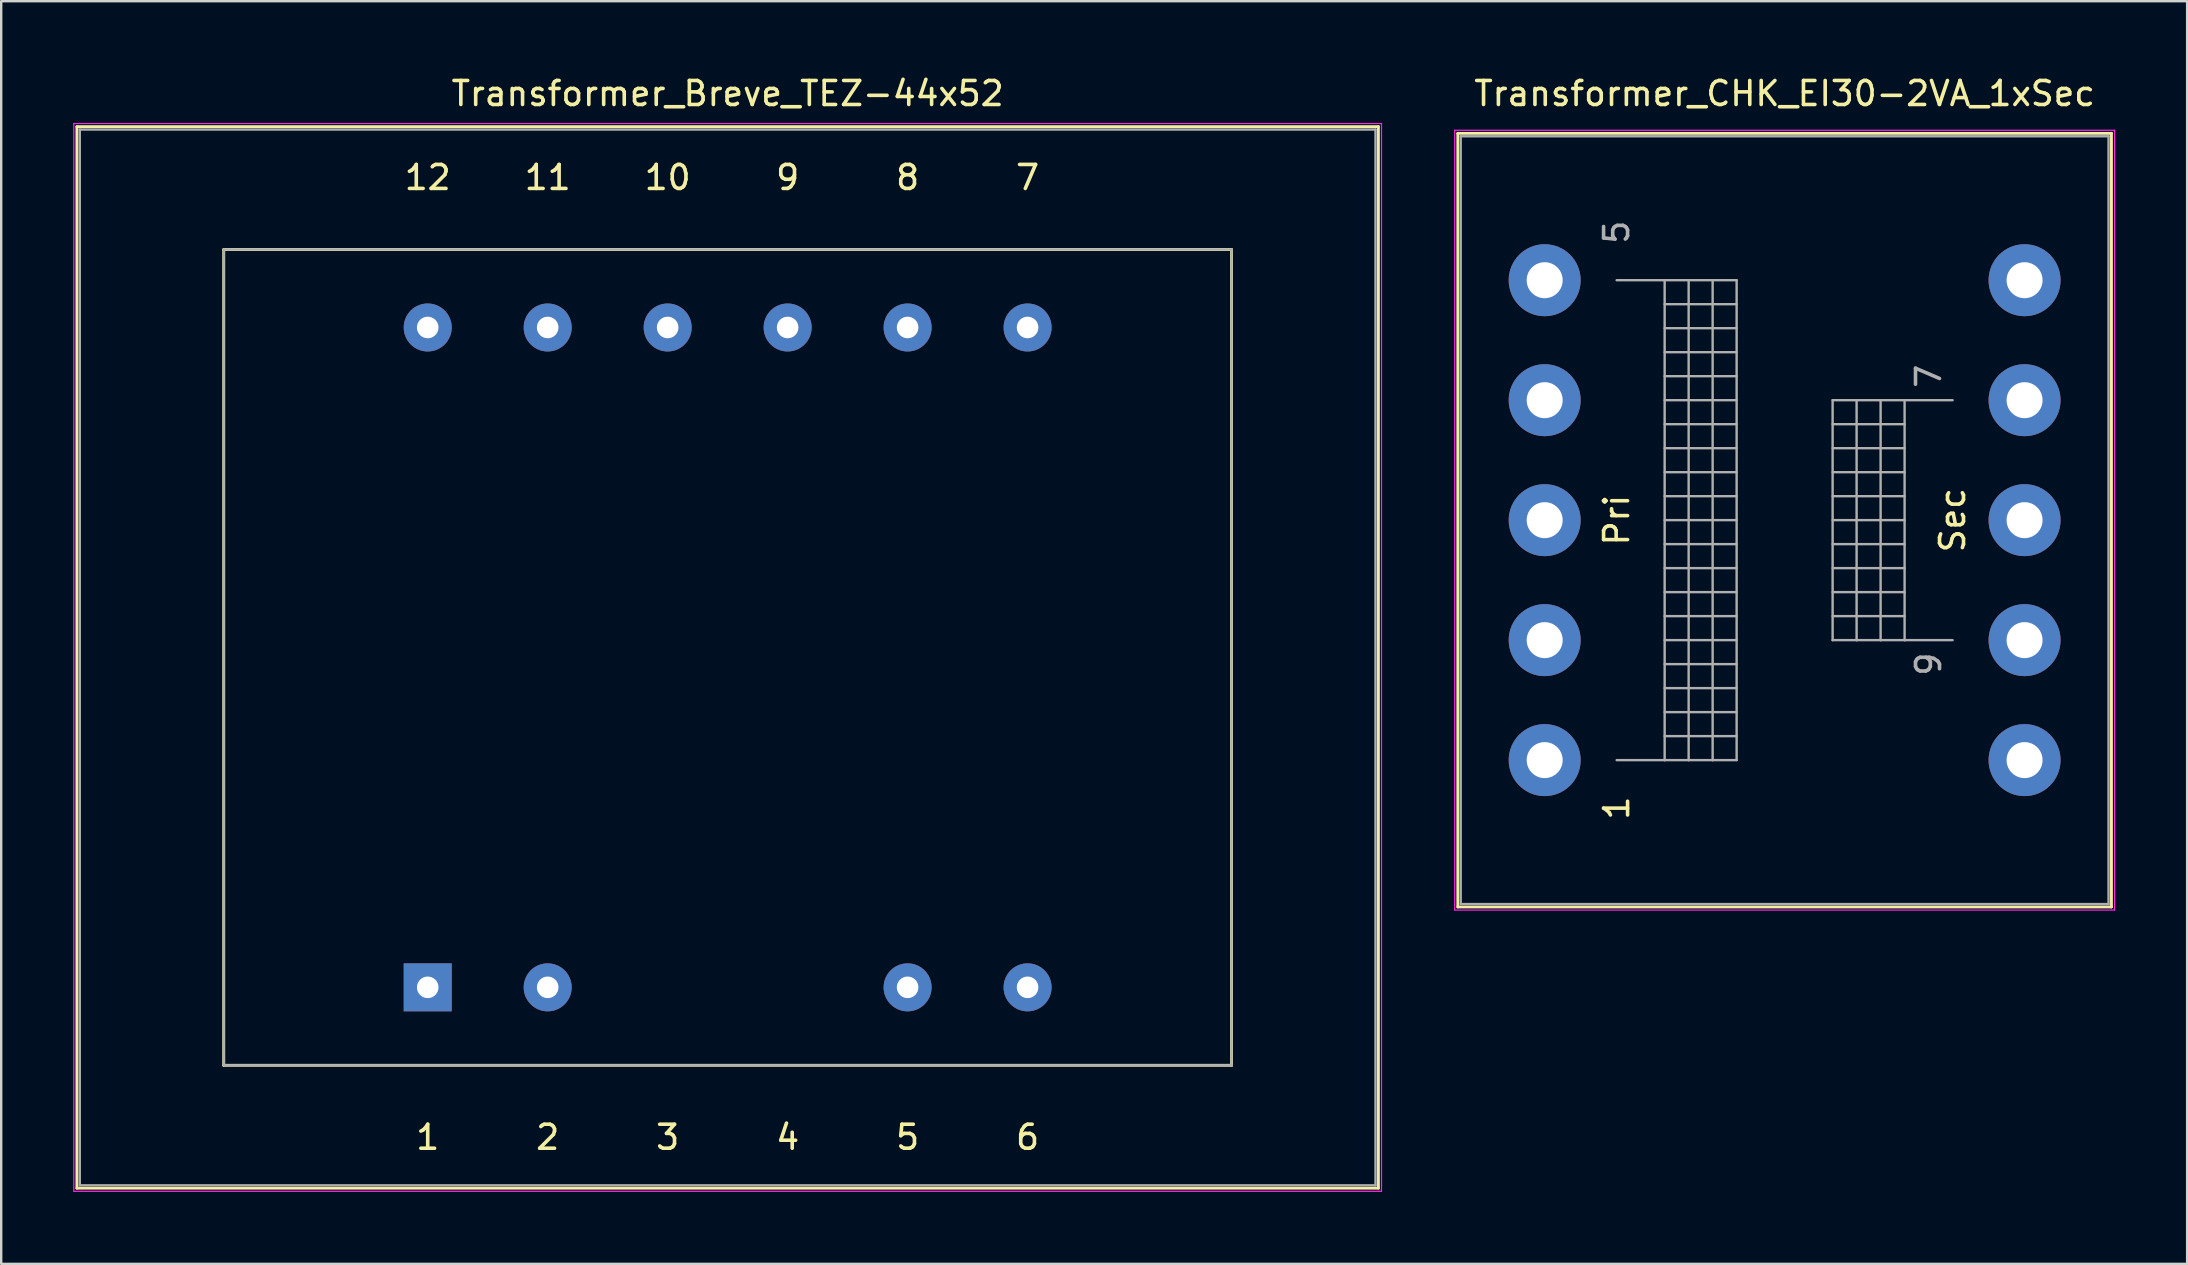
<source format=kicad_pcb>
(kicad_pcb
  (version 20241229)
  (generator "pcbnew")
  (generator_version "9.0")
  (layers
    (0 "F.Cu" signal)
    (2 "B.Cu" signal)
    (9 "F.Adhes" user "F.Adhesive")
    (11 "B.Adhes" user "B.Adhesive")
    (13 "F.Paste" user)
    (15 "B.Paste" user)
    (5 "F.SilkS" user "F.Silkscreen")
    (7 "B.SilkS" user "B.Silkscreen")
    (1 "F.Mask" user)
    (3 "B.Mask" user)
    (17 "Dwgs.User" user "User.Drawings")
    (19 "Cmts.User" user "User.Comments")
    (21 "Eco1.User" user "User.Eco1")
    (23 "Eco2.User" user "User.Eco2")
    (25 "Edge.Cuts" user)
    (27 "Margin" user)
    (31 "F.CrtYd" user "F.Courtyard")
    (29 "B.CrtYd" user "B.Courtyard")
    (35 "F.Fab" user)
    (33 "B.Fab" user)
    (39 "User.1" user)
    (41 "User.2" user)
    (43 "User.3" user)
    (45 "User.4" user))
  (footprint "Transformer_Breve_TEZ-44x52"
    (layer "F.Cu")
    (at 14.775 38.098)
    (property "Reference" "Transformer_Breve_TEZ-44x52" (at 12.5 -37.25 0) (layer "F.SilkS") (effects (font (size 1 1) (thickness 0.15))))
    (attr through_hole)
    (fp_line (start -14.62 -35.87) (end -14.62 8.37) (stroke (width 0.12) (type solid)) (layer "F.SilkS"))
    (fp_line (start -14.62 -35.87) (end 39.62 -35.87) (stroke (width 0.12) (type solid)) (layer "F.SilkS"))
    (fp_line (start -8.5 -30.75) (end 33.5 -30.75) (stroke (width 0.12) (type solid)) (layer "F.SilkS"))
    (fp_line (start -8.5 3.25) (end -8.5 -30.75) (stroke (width 0.12) (type solid)) (layer "F.SilkS"))
    (fp_line (start 33.5 -30.75) (end 33.5 3.25) (stroke (width 0.12) (type solid)) (layer "F.SilkS"))
    (fp_line (start 33.5 3.25) (end -8.5 3.25) (stroke (width 0.12) (type solid)) (layer "F.SilkS"))
    (fp_line (start 39.62 8.37) (end -14.62 8.37) (stroke (width 0.12) (type solid)) (layer "F.SilkS"))
    (fp_line (start 39.62 8.37) (end 39.62 -35.87) (stroke (width 0.12) (type solid)) (layer "F.SilkS"))
    (fp_line (start -14.75 -36) (end -14.75 8.5) (stroke (width 0.05) (type solid)) (layer "F.CrtYd"))
    (fp_line (start -14.75 -36) (end 39.75 -36) (stroke (width 0.05) (type solid)) (layer "F.CrtYd"))
    (fp_line (start 39.75 8.5) (end -14.75 8.5) (stroke (width 0.05) (type solid)) (layer "F.CrtYd"))
    (fp_line (start 39.75 8.5) (end 39.75 -36) (stroke (width 0.05) (type solid)) (layer "F.CrtYd"))
    (fp_line (start -14.5 -35.75) (end 39.5 -35.75) (stroke (width 0.1) (type solid)) (layer "F.Fab"))
    (fp_line (start -14.5 8.25) (end -14.5 -35.75) (stroke (width 0.1) (type solid)) (layer "F.Fab"))
    (fp_line (start -8.5 -30.75) (end 33.5 -30.75) (stroke (width 0.1) (type solid)) (layer "F.Fab"))
    (fp_line (start -8.5 3.25) (end -8.5 -30.75) (stroke (width 0.1) (type solid)) (layer "F.Fab"))
    (fp_line (start 33.5 -30.75) (end 33.5 3.25) (stroke (width 0.1) (type solid)) (layer "F.Fab"))
    (fp_line (start 33.5 3.25) (end -8.5 3.25) (stroke (width 0.1) (type solid)) (layer "F.Fab"))
    (fp_line (start 39.5 -35.75) (end 39.5 8.25) (stroke (width 0.1) (type solid)) (layer "F.Fab"))
    (fp_line (start 39.5 8.25) (end -14.5 8.25) (stroke (width 0.1) (type solid)) (layer "F.Fab"))
    (fp_text user "2" (at 5 6.25 0) (layer "F.SilkS") (effects (font (size 1 1) (thickness 0.15))))
    (fp_text user "8" (at 20 -33.75 0) (layer "F.SilkS") (effects (font (size 1 1) (thickness 0.15))))
    (fp_text user "4" (at 15 6.25 0) (layer "F.SilkS") (effects (font (size 1 1) (thickness 0.15))))
    (fp_text user "12" (at 0 -33.75 0) (layer "F.SilkS") (effects (font (size 1 1) (thickness 0.15))))
    (fp_text user "1" (at 0 6.25 0) (layer "F.SilkS") (effects (font (size 1 1) (thickness 0.15))))
    (fp_text user "6" (at 25 6.25 0) (layer "F.SilkS") (effects (font (size 1 1) (thickness 0.15))))
    (fp_text user "10" (at 10 -33.75 0) (layer "F.SilkS") (effects (font (size 1 1) (thickness 0.15))))
    (fp_text user "9" (at 15 -33.75 0) (layer "F.SilkS") (effects (font (size 1 1) (thickness 0.15))))
    (fp_text user "11" (at 5 -33.75 0) (layer "F.SilkS") (effects (font (size 1 1) (thickness 0.15))))
    (fp_text user "3" (at 10 6.25 0) (layer "F.SilkS") (effects (font (size 1 1) (thickness 0.15))))
    (fp_text user "7" (at 25 -33.75 0) (layer "F.SilkS") (effects (font (size 1 1) (thickness 0.15))))
    (fp_text user "5" (at 20 6.25 0) (layer "F.SilkS") (effects (font (size 1 1) (thickness 0.15))))
    (pad "1" thru_hole rect (at 0 0) (size 2 2) (drill 0.9) (layers "*.Cu" "*.Mask"))
    (pad "2" thru_hole circle (at 5 0) (size 2 2) (drill 0.9) (layers "*.Cu" "*.Mask"))
    (pad "5" thru_hole circle (at 20 0) (size 2 2) (drill 0.9) (layers "*.Cu" "*.Mask"))
    (pad "6" thru_hole circle (at 25 0) (size 2 2) (drill 0.9) (layers "*.Cu" "*.Mask"))
    (pad "7" thru_hole circle (at 25 -27.5) (size 2 2) (drill 0.9) (layers "*.Cu" "*.Mask"))
    (pad "8" thru_hole circle (at 20 -27.5) (size 2 2) (drill 0.9) (layers "*.Cu" "*.Mask"))
    (pad "9" thru_hole circle (at 15 -27.5) (size 2 2) (drill 0.9) (layers "*.Cu" "*.Mask"))
    (pad "10" thru_hole circle (at 10 -27.5) (size 2 2) (drill 0.9) (layers "*.Cu" "*.Mask"))
    (pad "11" thru_hole circle (at 5 -27.5) (size 2 2) (drill 0.9) (layers "*.Cu" "*.Mask"))
    (pad "12" thru_hole circle (at 0 -27.5) (size 2 2) (drill 0.9) (layers "*.Cu" "*.Mask")))
  (footprint "Transformer_CHK_EI30-2VA_1xSec"
    (layer "F.Cu")
    (at 61.325 28.628)
    (property "Reference" "Transformer_CHK_EI30-2VA_1xSec" (at 10 -27.78 0) (layer "F.SilkS") (effects (font (size 1 1) (thickness 0.15))))
    (attr through_hole)
    (fp_line (start -3.62 -26.12) (end -3.62 6.12) (stroke (width 0.12) (type solid)) (layer "F.SilkS"))
    (fp_line (start -3.62 -26.12) (end 23.62 -26.12) (stroke (width 0.12) (type solid)) (layer "F.SilkS"))
    (fp_line (start 23.62 6.12) (end -3.62 6.12) (stroke (width 0.12) (type solid)) (layer "F.SilkS"))
    (fp_line (start 23.62 6.12) (end 23.62 -26.12) (stroke (width 0.12) (type solid)) (layer "F.SilkS"))
    (fp_line (start -3.75 -26.25) (end -3.75 6.25) (stroke (width 0.05) (type solid)) (layer "F.CrtYd"))
    (fp_line (start -3.75 -26.25) (end 23.75 -26.25) (stroke (width 0.05) (type solid)) (layer "F.CrtYd"))
    (fp_line (start 23.75 6.25) (end -3.75 6.25) (stroke (width 0.05) (type solid)) (layer "F.CrtYd"))
    (fp_line (start 23.75 6.25) (end 23.75 -26.25) (stroke (width 0.05) (type solid)) (layer "F.CrtYd"))
    (fp_line (start -3.5 -26) (end -3.5 6) (stroke (width 0.1) (type solid)) (layer "F.Fab"))
    (fp_line (start -3.5 6) (end 23.5 6) (stroke (width 0.1) (type solid)) (layer "F.Fab"))
    (fp_line (start 3 -20) (end 5 -20) (stroke (width 0.1) (type solid)) (layer "F.Fab"))
    (fp_line (start 5 -20) (end 5 0) (stroke (width 0.1) (type solid)) (layer "F.Fab"))
    (fp_line (start 5 -20) (end 6 -20) (stroke (width 0.1) (type solid)) (layer "F.Fab"))
    (fp_line (start 5 -19) (end 8 -19) (stroke (width 0.1) (type solid)) (layer "F.Fab"))
    (fp_line (start 5 -17) (end 8 -17) (stroke (width 0.1) (type solid)) (layer "F.Fab"))
    (fp_line (start 5 -15) (end 8 -15) (stroke (width 0.1) (type solid)) (layer "F.Fab"))
    (fp_line (start 5 -13) (end 8 -13) (stroke (width 0.1) (type solid)) (layer "F.Fab"))
    (fp_line (start 5 -11) (end 8 -11) (stroke (width 0.1) (type solid)) (layer "F.Fab"))
    (fp_line (start 5 -9) (end 8 -9) (stroke (width 0.1) (type solid)) (layer "F.Fab"))
    (fp_line (start 5 -7) (end 8 -7) (stroke (width 0.1) (type solid)) (layer "F.Fab"))
    (fp_line (start 5 -5) (end 8 -5) (stroke (width 0.1) (type solid)) (layer "F.Fab"))
    (fp_line (start 5 -3) (end 8 -3) (stroke (width 0.1) (type solid)) (layer "F.Fab"))
    (fp_line (start 5 -1) (end 8 -1) (stroke (width 0.1) (type solid)) (layer "F.Fab"))
    (fp_line (start 5 0) (end 3 0) (stroke (width 0.1) (type solid)) (layer "F.Fab"))
    (fp_line (start 6 -20) (end 6 0) (stroke (width 0.1) (type solid)) (layer "F.Fab"))
    (fp_line (start 6 -20) (end 7 -20) (stroke (width 0.1) (type solid)) (layer "F.Fab"))
    (fp_line (start 6 0) (end 5 0) (stroke (width 0.1) (type solid)) (layer "F.Fab"))
    (fp_line (start 7 -20) (end 7 0) (stroke (width 0.1) (type solid)) (layer "F.Fab"))
    (fp_line (start 7 -20) (end 8 -20) (stroke (width 0.1) (type solid)) (layer "F.Fab"))
    (fp_line (start 7 0) (end 6 0) (stroke (width 0.1) (type solid)) (layer "F.Fab"))
    (fp_line (start 8 -20) (end 8 0) (stroke (width 0.1) (type solid)) (layer "F.Fab"))
    (fp_line (start 8 -18) (end 5 -18) (stroke (width 0.1) (type solid)) (layer "F.Fab"))
    (fp_line (start 8 -16) (end 5 -16) (stroke (width 0.1) (type solid)) (layer "F.Fab"))
    (fp_line (start 8 -14) (end 5 -14) (stroke (width 0.1) (type solid)) (layer "F.Fab"))
    (fp_line (start 8 -12) (end 5 -12) (stroke (width 0.1) (type solid)) (layer "F.Fab"))
    (fp_line (start 8 -10) (end 5 -10) (stroke (width 0.1) (type solid)) (layer "F.Fab"))
    (fp_line (start 8 -8) (end 5 -8) (stroke (width 0.1) (type solid)) (layer "F.Fab"))
    (fp_line (start 8 -6) (end 5 -6) (stroke (width 0.1) (type solid)) (layer "F.Fab"))
    (fp_line (start 8 -4) (end 5 -4) (stroke (width 0.1) (type solid)) (layer "F.Fab"))
    (fp_line (start 8 -2) (end 5 -2) (stroke (width 0.1) (type solid)) (layer "F.Fab"))
    (fp_line (start 8 0) (end 7 0) (stroke (width 0.1) (type solid)) (layer "F.Fab"))
    (fp_line (start 12 -15) (end 12 -5) (stroke (width 0.1) (type solid)) (layer "F.Fab"))
    (fp_line (start 12 -14) (end 15 -14) (stroke (width 0.1) (type solid)) (layer "F.Fab"))
    (fp_line (start 12 -12) (end 15 -12) (stroke (width 0.1) (type solid)) (layer "F.Fab"))
    (fp_line (start 12 -10) (end 15 -10) (stroke (width 0.1) (type solid)) (layer "F.Fab"))
    (fp_line (start 12 -8) (end 15 -8) (stroke (width 0.1) (type solid)) (layer "F.Fab"))
    (fp_line (start 12 -6) (end 15 -6) (stroke (width 0.1) (type solid)) (layer "F.Fab"))
    (fp_line (start 12 -5) (end 13 -5) (stroke (width 0.1) (type solid)) (layer "F.Fab"))
    (fp_line (start 13 -15) (end 12 -15) (stroke (width 0.1) (type solid)) (layer "F.Fab"))
    (fp_line (start 13 -15) (end 13 -5) (stroke (width 0.1) (type solid)) (layer "F.Fab"))
    (fp_line (start 13 -5) (end 14 -5) (stroke (width 0.1) (type solid)) (layer "F.Fab"))
    (fp_line (start 14 -15) (end 13 -15) (stroke (width 0.1) (type solid)) (layer "F.Fab"))
    (fp_line (start 14 -15) (end 14 -5) (stroke (width 0.1) (type solid)) (layer "F.Fab"))
    (fp_line (start 14 -5) (end 15 -5) (stroke (width 0.1) (type solid)) (layer "F.Fab"))
    (fp_line (start 15 -15) (end 14 -15) (stroke (width 0.1) (type solid)) (layer "F.Fab"))
    (fp_line (start 15 -15) (end 15 -5) (stroke (width 0.1) (type solid)) (layer "F.Fab"))
    (fp_line (start 15 -13) (end 12 -13) (stroke (width 0.1) (type solid)) (layer "F.Fab"))
    (fp_line (start 15 -11) (end 12 -11) (stroke (width 0.1) (type solid)) (layer "F.Fab"))
    (fp_line (start 15 -9) (end 12 -9) (stroke (width 0.1) (type solid)) (layer "F.Fab"))
    (fp_line (start 15 -7) (end 12 -7) (stroke (width 0.1) (type solid)) (layer "F.Fab"))
    (fp_line (start 15 -5) (end 17 -5) (stroke (width 0.1) (type solid)) (layer "F.Fab"))
    (fp_line (start 17 -15) (end 15 -15) (stroke (width 0.1) (type solid)) (layer "F.Fab"))
    (fp_line (start 23.5 -26) (end -3.5 -26) (stroke (width 0.1) (type solid)) (layer "F.Fab"))
    (fp_line (start 23.5 6) (end 23.5 -26) (stroke (width 0.1) (type solid)) (layer "F.Fab"))
    (fp_text user "1" (at 3 2 90) (layer "F.SilkS") (effects (font (size 1 1) (thickness 0.15))))
    (fp_text user "Pri" (at 3 -10 90) (layer "F.SilkS") (effects (font (size 1 1) (thickness 0.15))))
    (fp_text user "Sec" (at 17 -10 90) (layer "F.SilkS") (effects (font (size 1 1) (thickness 0.15))))
    (fp_text user "9" (at 16 -4 90) (layer "F.Fab") (effects (font (size 1 1) (thickness 0.15))))
    (fp_text user "7" (at 16 -16 90) (layer "F.Fab") (effects (font (size 1 1) (thickness 0.15))))
    (fp_text user "5" (at 3 -22 90) (layer "F.Fab") (effects (font (size 1 1) (thickness 0.15))))
    (pad "1" thru_hole circle (at 0 0) (size 3 3) (drill 1.5) (layers "*.Cu" "*.Mask"))
    (pad "2" thru_hole circle (at 0 -5) (size 3 3) (drill 1.5) (layers "*.Cu" "*.Mask"))
    (pad "3" thru_hole circle (at 0 -10) (size 3 3) (drill 1.5) (layers "*.Cu" "*.Mask"))
    (pad "4" thru_hole circle (at 0 -15) (size 3 3) (drill 1.5) (layers "*.Cu" "*.Mask"))
    (pad "5" thru_hole circle (at 0 -20) (size 3 3) (drill 1.5) (layers "*.Cu" "*.Mask"))
    (pad "6" thru_hole circle (at 20 -20) (size 3 3) (drill 1.5) (layers "*.Cu" "*.Mask"))
    (pad "7" thru_hole circle (at 20 -15) (size 3 3) (drill 1.5) (layers "*.Cu" "*.Mask"))
    (pad "8" thru_hole circle (at 20 -10) (size 3 3) (drill 1.5) (layers "*.Cu" "*.Mask"))
    (pad "9" thru_hole circle (at 20 -5) (size 3 3) (drill 1.5) (layers "*.Cu" "*.Mask"))
    (pad "10" thru_hole circle (at 20 0) (size 3 3) (drill 1.5) (layers "*.Cu" "*.Mask")))
  (gr_rect
    (start -3 -3)
    (end 88.1 49.623)
    (stroke (width 0.1) (type default))
    (fill no)
    (layer "Edge.Cuts")))
</source>
